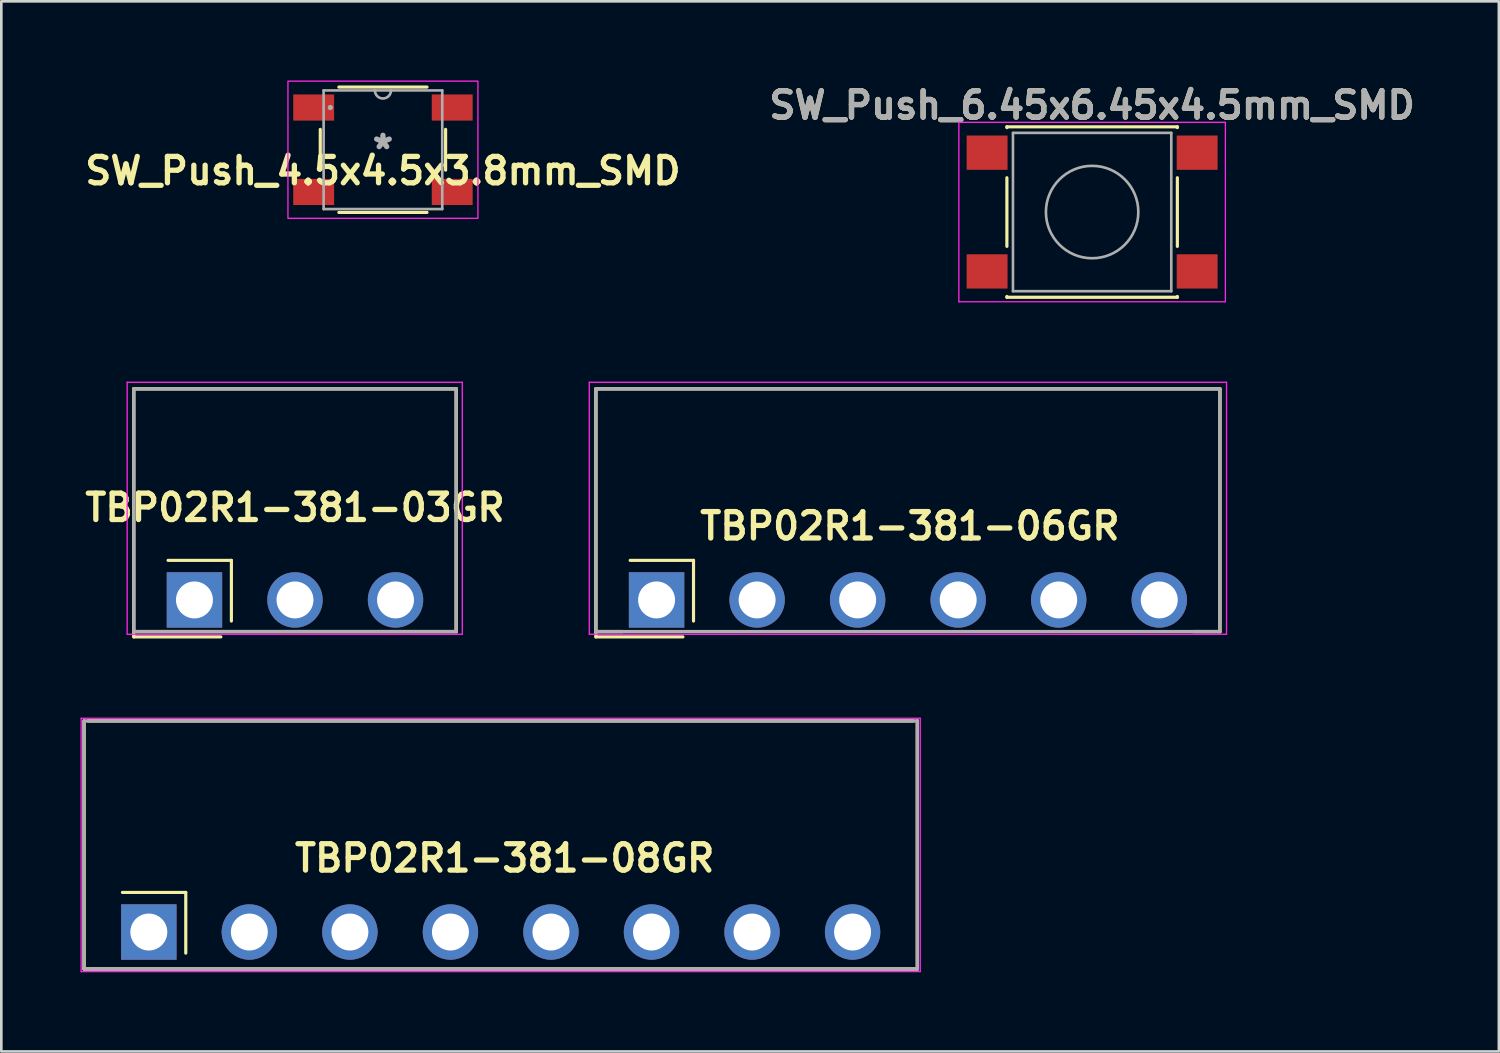
<source format=kicad_pcb>
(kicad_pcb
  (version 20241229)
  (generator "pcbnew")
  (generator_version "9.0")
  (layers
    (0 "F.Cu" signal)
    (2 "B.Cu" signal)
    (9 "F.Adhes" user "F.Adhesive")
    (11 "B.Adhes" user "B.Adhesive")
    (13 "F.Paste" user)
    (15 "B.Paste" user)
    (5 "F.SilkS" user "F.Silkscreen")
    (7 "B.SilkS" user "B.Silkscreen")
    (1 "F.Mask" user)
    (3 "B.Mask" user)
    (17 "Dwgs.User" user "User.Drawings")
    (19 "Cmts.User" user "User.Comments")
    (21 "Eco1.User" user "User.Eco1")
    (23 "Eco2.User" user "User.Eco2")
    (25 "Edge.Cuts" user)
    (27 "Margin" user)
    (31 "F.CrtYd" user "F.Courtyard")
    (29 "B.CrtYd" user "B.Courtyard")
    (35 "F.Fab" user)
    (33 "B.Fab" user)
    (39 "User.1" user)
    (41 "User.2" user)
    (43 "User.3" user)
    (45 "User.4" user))
  (footprint "TBP02R1-381-06GR"
    (layer "F.Cu")
    (at 31.282 19.686)
    (property "Reference" "TBP02R1-381-06GR" (at 0.15 -2.8 0) (layer "F.SilkS") (effects (font (size 1 1) (thickness 0.2))))
    (attr through_hole)
    (fp_line (start -11.75 -8) (end 11.9 -8) (stroke (width 0.127) (type solid)) (layer "F.SilkS"))
    (fp_line (start -11.75 1.2) (end -11.75 -8) (stroke (width 0.127) (type solid)) (layer "F.SilkS"))
    (fp_line (start -11.75 1.2) (end -10.75 1.2) (stroke (width 0.127) (type solid)) (layer "F.SilkS"))
    (fp_line (start -11.75 1.4) (end -11.75 1.2) (stroke (width 0.12) (type solid)) (layer "F.SilkS"))
    (fp_line (start -10.45 -1.5) (end -8.05 -1.5) (stroke (width 0.12) (type solid)) (layer "F.SilkS"))
    (fp_line (start -8.45 1.4) (end -11.75 1.4) (stroke (width 0.12) (type solid)) (layer "F.SilkS"))
    (fp_line (start -8.05 -1.5) (end -8.05 0.8) (stroke (width 0.12) (type solid)) (layer "F.SilkS"))
    (fp_line (start 11.9 -8) (end 11.9 1.2) (stroke (width 0.127) (type solid)) (layer "F.SilkS"))
    (fp_line (start 11.9 1.2) (end 10.9 1.2) (stroke (width 0.127) (type solid)) (layer "F.SilkS"))
    (fp_line (start -12 -8.25) (end 12.15 -8.25) (stroke (width 0.05) (type solid)) (layer "F.CrtYd"))
    (fp_line (start -12 1.3) (end -12 -8.25) (stroke (width 0.05) (type solid)) (layer "F.CrtYd"))
    (fp_line (start 12.15 -8.25) (end 12.15 1.3) (stroke (width 0.05) (type solid)) (layer "F.CrtYd"))
    (fp_line (start 12.15 1.3) (end -12 1.3) (stroke (width 0.05) (type solid)) (layer "F.CrtYd"))
    (fp_line (start -11.75 -8) (end 11.9 -8) (stroke (width 0.127) (type solid)) (layer "F.Fab"))
    (fp_line (start -11.75 1.2) (end -11.75 -8) (stroke (width 0.127) (type solid)) (layer "F.Fab"))
    (fp_line (start 11.9 -8) (end 11.9 1.2) (stroke (width 0.127) (type solid)) (layer "F.Fab"))
    (fp_line (start 11.9 1.2) (end -11.75 1.2) (stroke (width 0.127) (type solid)) (layer "F.Fab"))
    (pad "1" thru_hole rect (at -9.45 0) (size 2.1 2.1) (drill 1.4) (layers "*.Cu" "*.Mask"))
    (pad "2" thru_hole circle (at -5.64 0) (size 2.1 2.1) (drill 1.4) (layers "*.Cu" "*.Mask"))
    (pad "3" thru_hole circle (at -1.83 0) (size 2.1 2.1) (drill 1.4) (layers "*.Cu" "*.Mask"))
    (pad "4" thru_hole circle (at 1.98 0) (size 2.1 2.1) (drill 1.4) (layers "*.Cu" "*.Mask"))
    (pad "5" thru_hole circle (at 5.79 0) (size 2.1 2.1) (drill 1.4) (layers "*.Cu" "*.Mask"))
    (pad "6" thru_hole circle (at 9.6 0) (size 2.1 2.1) (drill 1.4) (layers "*.Cu" "*.Mask")))
  (footprint "TBP02R1-381-03GR"
    (layer "F.Cu")
    (at 8.129 19.686)
    (property "Reference" "TBP02R1-381-03GR" (at 0 -3.5 0) (layer "F.SilkS") (effects (font (size 1 1) (thickness 0.2))))
    (attr through_hole)
    (fp_line (start -6.11 -8) (end 6.11 -8) (stroke (width 0.127) (type solid)) (layer "F.SilkS"))
    (fp_line (start -6.11 1.2) (end -6.11 -8) (stroke (width 0.127) (type solid)) (layer "F.SilkS"))
    (fp_line (start -6.11 1.2) (end 6.11 1.2) (stroke (width 0.127) (type solid)) (layer "F.SilkS"))
    (fp_line (start -6.11 1.4) (end -6.11 1.2) (stroke (width 0.12) (type solid)) (layer "F.SilkS"))
    (fp_line (start -4.81 -1.5) (end -2.41 -1.5) (stroke (width 0.12) (type solid)) (layer "F.SilkS"))
    (fp_line (start -2.81 1.4) (end -6.11 1.4) (stroke (width 0.12) (type solid)) (layer "F.SilkS"))
    (fp_line (start -2.41 -1.5) (end -2.41 0.8) (stroke (width 0.12) (type solid)) (layer "F.SilkS"))
    (fp_line (start 6.11 -8) (end 6.11 1.2) (stroke (width 0.127) (type solid)) (layer "F.SilkS"))
    (fp_line (start -6.36 -8.25) (end 6.34 -8.25) (stroke (width 0.05) (type solid)) (layer "F.CrtYd"))
    (fp_line (start -6.36 1.3) (end -6.36 -8.25) (stroke (width 0.05) (type solid)) (layer "F.CrtYd"))
    (fp_line (start 6.34 -8.25) (end 6.34 1.3) (stroke (width 0.05) (type solid)) (layer "F.CrtYd"))
    (fp_line (start 6.34 1.3) (end -6.36 1.3) (stroke (width 0.05) (type solid)) (layer "F.CrtYd"))
    (fp_line (start -6.11 -8) (end 6.11 -8) (stroke (width 0.127) (type solid)) (layer "F.Fab"))
    (fp_line (start -6.11 1.2) (end -6.11 -8) (stroke (width 0.127) (type solid)) (layer "F.Fab"))
    (fp_line (start 6.11 -8) (end 6.11 1.2) (stroke (width 0.127) (type solid)) (layer "F.Fab"))
    (fp_line (start 6.11 1.2) (end -6.11 1.2) (stroke (width 0.127) (type solid)) (layer "F.Fab"))
    (pad "1" thru_hole rect (at -3.81 0) (size 2.1 2.1) (drill 1.4) (layers "*.Cu" "*.Mask"))
    (pad "2" thru_hole circle (at 0 0) (size 2.1 2.1) (drill 1.4) (layers "*.Cu" "*.Mask"))
    (pad "3" thru_hole circle (at 3.81 0) (size 2.1 2.1) (drill 1.4) (layers "*.Cu" "*.Mask")))
  (footprint "SW_Push_6.45x6.45x4.5mm_SMD"
    (layer "F.Cu")
    (at 38.338 4.986)
    (property "Reference" "SW_Push_6.45x6.45x4.5mm_SMD" (at 0 -4.05 0) (layer "F.SilkS") (effects (font (size 1 1) (thickness 0.2))))
    (attr smd)
    (fp_line (start -3.23 -3.23) (end 3.23 -3.23) (stroke (width 0.12) (type solid)) (layer "F.SilkS"))
    (fp_line (start -3.23 -3.2) (end -3.23 -3.23) (stroke (width 0.12) (type solid)) (layer "F.SilkS"))
    (fp_line (start -3.23 -1.3) (end -3.23 1.3) (stroke (width 0.12) (type solid)) (layer "F.SilkS"))
    (fp_line (start -3.23 3.23) (end -3.23 3.2) (stroke (width 0.12) (type solid)) (layer "F.SilkS"))
    (fp_line (start -3.23 3.23) (end 3.23 3.23) (stroke (width 0.12) (type solid)) (layer "F.SilkS"))
    (fp_line (start 3.23 -3.23) (end 3.23 -3.2) (stroke (width 0.12) (type solid)) (layer "F.SilkS"))
    (fp_line (start 3.23 -1.3) (end 3.23 1.3) (stroke (width 0.12) (type solid)) (layer "F.SilkS"))
    (fp_line (start 3.23 3.23) (end 3.23 3.2) (stroke (width 0.12) (type solid)) (layer "F.SilkS"))
    (fp_line (start -5.05 -3.4) (end -5.05 3.4) (stroke (width 0.05) (type solid)) (layer "F.CrtYd"))
    (fp_line (start -5.05 -3.4) (end 5.05 -3.4) (stroke (width 0.05) (type solid)) (layer "F.CrtYd"))
    (fp_line (start -5.05 3.4) (end 5.05 3.4) (stroke (width 0.05) (type solid)) (layer "F.CrtYd"))
    (fp_line (start 5.05 3.4) (end 5.05 -3.4) (stroke (width 0.05) (type solid)) (layer "F.CrtYd"))
    (fp_line (start -3 -3) (end -3 3) (stroke (width 0.1) (type solid)) (layer "F.Fab"))
    (fp_line (start -3 3) (end 3 3) (stroke (width 0.1) (type solid)) (layer "F.Fab"))
    (fp_line (start 3 -3) (end -3 -3) (stroke (width 0.1) (type solid)) (layer "F.Fab"))
    (fp_line (start 3 3) (end 3 -3) (stroke (width 0.1) (type solid)) (layer "F.Fab"))
    (fp_circle (center 0 0) (end 1.75 -0.05) (stroke (width 0.1) (type solid)) (fill no) (layer "F.Fab"))
    (fp_text user "${REFERENCE}" (at 0 -4.05 0) (layer "F.Fab") (effects (font (size 1 1) (thickness 0.2))))
    (pad "1" smd rect (at -3.98 -2.25) (size 1.55 1.3) (layers "F.Cu" "F.Mask" "F.Paste"))
    (pad "2" smd rect (at 3.98 -2.25) (size 1.55 1.3) (layers "F.Cu" "F.Mask" "F.Paste"))
    (pad "3" smd rect (at -3.98 2.25) (size 1.55 1.3) (layers "F.Cu" "F.Mask" "F.Paste"))
    (pad "4" smd rect (at 3.98 2.25) (size 1.55 1.3) (layers "F.Cu" "F.Mask" "F.Paste")))
  (footprint "TBP02R1-381-08GR"
    (layer "F.Cu")
    (at 15.925 32.271)
    (property "Reference" "TBP02R1-381-08GR" (at 0.15 -2.8 0) (layer "F.SilkS") (effects (font (size 1 1) (thickness 0.2))))
    (attr through_hole)
    (fp_line (start -15.79 1.4) (end -15.79 -8) (stroke (width 0.127) (type solid)) (layer "F.SilkS"))
    (fp_line (start -15.635 -8) (end 15.635 -8) (stroke (width 0.127) (type solid)) (layer "F.SilkS"))
    (fp_line (start -14.335 -1.5) (end -11.935 -1.5) (stroke (width 0.12) (type solid)) (layer "F.SilkS"))
    (fp_line (start -11.935 -1.5) (end -11.935 0.8) (stroke (width 0.12) (type solid)) (layer "F.SilkS"))
    (fp_line (start 15.79 -8) (end 15.79 1.4) (stroke (width 0.127) (type solid)) (layer "F.SilkS"))
    (fp_line (start 15.79 1.4) (end -15.79 1.4) (stroke (width 0.127) (type solid)) (layer "F.SilkS"))
    (fp_line (start -15.9 -8.1) (end 15.9 -8.1) (stroke (width 0.05) (type solid)) (layer "F.CrtYd"))
    (fp_line (start -15.9 1.5) (end -15.9 -8.1) (stroke (width 0.05) (type solid)) (layer "F.CrtYd"))
    (fp_line (start 15.9 -8.1) (end 15.9 1.5) (stroke (width 0.05) (type solid)) (layer "F.CrtYd"))
    (fp_line (start 15.9 1.5) (end -15.9 1.5) (stroke (width 0.05) (type solid)) (layer "F.CrtYd"))
    (fp_line (start -15.79 -8) (end 15.79 -8) (stroke (width 0.127) (type solid)) (layer "F.Fab"))
    (fp_line (start -15.79 1.4) (end -15.79 -8) (stroke (width 0.127) (type solid)) (layer "F.Fab"))
    (fp_line (start 15.79 -8) (end 15.79 1.4) (stroke (width 0.127) (type solid)) (layer "F.Fab"))
    (fp_line (start 15.79 1.4) (end -15.79 1.4) (stroke (width 0.127) (type solid)) (layer "F.Fab"))
    (pad "1" thru_hole rect (at -13.335 0) (size 2.1 2.1) (drill 1.4) (layers "*.Cu" "*.Mask"))
    (pad "2" thru_hole circle (at -9.525 0) (size 2.1 2.1) (drill 1.4) (layers "*.Cu" "*.Mask"))
    (pad "3" thru_hole circle (at -5.715 0) (size 2.1 2.1) (drill 1.4) (layers "*.Cu" "*.Mask"))
    (pad "4" thru_hole circle (at -1.905 0) (size 2.1 2.1) (drill 1.4) (layers "*.Cu" "*.Mask"))
    (pad "5" thru_hole circle (at 1.905 0) (size 2.1 2.1) (drill 1.4) (layers "*.Cu" "*.Mask"))
    (pad "6" thru_hole circle (at 5.715 0) (size 2.1 2.1) (drill 1.4) (layers "*.Cu" "*.Mask"))
    (pad "7" thru_hole circle (at 9.525 0) (size 2.1 2.1) (drill 1.4) (layers "*.Cu" "*.Mask"))
    (pad "8" thru_hole circle (at 13.335 0) (size 2.1 2.1) (drill 1.4) (layers "*.Cu" "*.Mask")))
  (footprint "SW_Push_4.5x4.5x3.8mm_SMD"
    (layer "F.Cu")
    (at 11.462 2.625)
    (property "Reference" "SW_Push_4.5x4.5x3.8mm_SMD" (at 0 0.8 0) (layer "F.SilkS") (effects (font (size 1 1) (thickness 0.2))))
    (attr through_hole)
    (fp_line (start -2.375 -0.772) (end -2.375 0.772) (stroke (width 0.12) (type solid)) (layer "F.SilkS"))
    (fp_line (start -1.67 2.375) (end 1.67 2.375) (stroke (width 0.12) (type solid)) (layer "F.SilkS"))
    (fp_line (start 1.67 -2.375) (end -1.67 -2.375) (stroke (width 0.12) (type solid)) (layer "F.SilkS"))
    (fp_line (start 2.375 0.772) (end 2.375 -0.772) (stroke (width 0.12) (type solid)) (layer "F.SilkS"))
    (fp_rect (start -3.6 -2.6) (end 3.6 2.6) (stroke (width 0.05) (type solid)) (fill no) (layer "F.CrtYd"))
    (fp_line (start -2.248 -2.248) (end -2.248 2.248) (stroke (width 0.1) (type solid)) (layer "F.Fab"))
    (fp_line (start -2.248 2.248) (end 2.248 2.248) (stroke (width 0.1) (type solid)) (layer "F.Fab"))
    (fp_line (start 2.248 -2.248) (end -2.248 -2.248) (stroke (width 0.1) (type solid)) (layer "F.Fab"))
    (fp_line (start 2.248 2.248) (end 2.248 -2.248) (stroke (width 0.1) (type solid)) (layer "F.Fab"))
    (fp_arc (start 0.3048 -2.2479) (mid 0 -1.9431) (end -0.3048 -2.2479) (stroke (width 0.1) (type solid)) (layer "F.Fab"))
    (fp_circle (center -1.994 -1.6) (end -1.994 -1.6) (stroke (width 0.1) (type solid)) (fill no) (layer "F.Fab"))
    (fp_text user "*" (at 0 0 0) (layer "F.Fab") (effects (font (size 1 1) (thickness 0.2))))
    (pad "1" smd rect (at -2.625 -1.6) (size 1.549 0.991) (layers "F.Cu" "F.Mask" "F.Paste"))
    (pad "2" smd rect (at 2.625 -1.6) (size 1.549 0.991) (layers "F.Cu" "F.Mask" "F.Paste"))
    (pad "3" smd rect (at -2.625 1.6) (size 1.549 0.991) (layers "F.Cu" "F.Mask" "F.Paste"))
    (pad "4" smd rect (at 2.625 1.6) (size 1.549 0.991) (layers "F.Cu" "F.Mask" "F.Paste")))
  (gr_rect
    (start -3 -3)
    (end 53.752 36.796)
    (stroke (width 0.1) (type default))
    (fill no)
    (layer "Edge.Cuts")))
</source>
